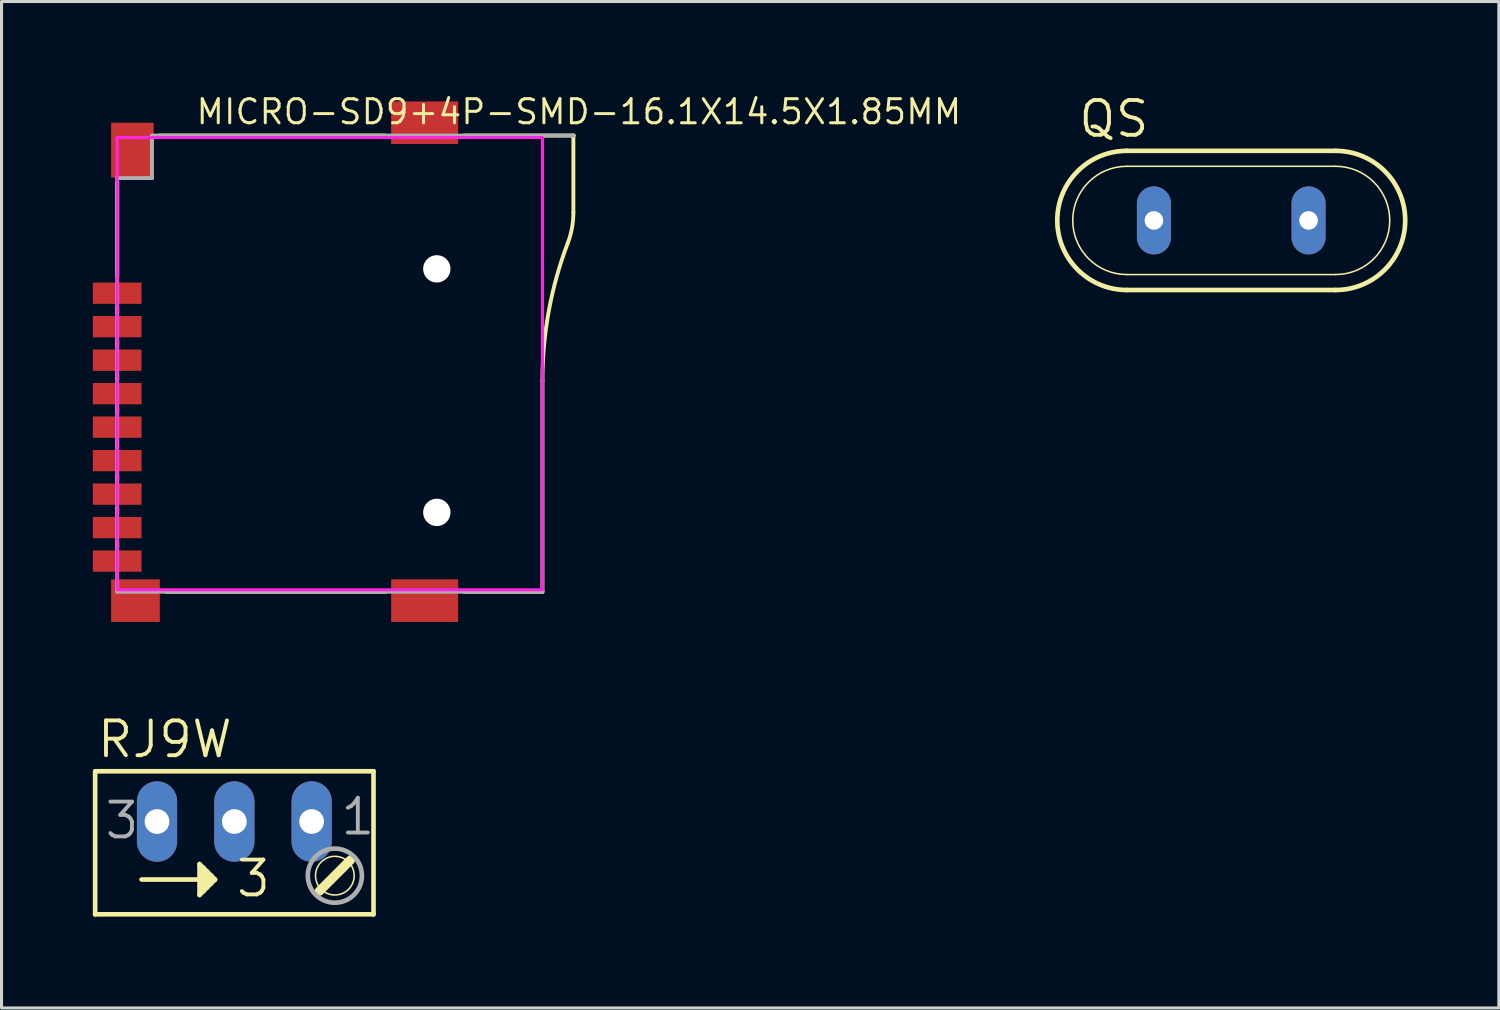
<source format=kicad_pcb>
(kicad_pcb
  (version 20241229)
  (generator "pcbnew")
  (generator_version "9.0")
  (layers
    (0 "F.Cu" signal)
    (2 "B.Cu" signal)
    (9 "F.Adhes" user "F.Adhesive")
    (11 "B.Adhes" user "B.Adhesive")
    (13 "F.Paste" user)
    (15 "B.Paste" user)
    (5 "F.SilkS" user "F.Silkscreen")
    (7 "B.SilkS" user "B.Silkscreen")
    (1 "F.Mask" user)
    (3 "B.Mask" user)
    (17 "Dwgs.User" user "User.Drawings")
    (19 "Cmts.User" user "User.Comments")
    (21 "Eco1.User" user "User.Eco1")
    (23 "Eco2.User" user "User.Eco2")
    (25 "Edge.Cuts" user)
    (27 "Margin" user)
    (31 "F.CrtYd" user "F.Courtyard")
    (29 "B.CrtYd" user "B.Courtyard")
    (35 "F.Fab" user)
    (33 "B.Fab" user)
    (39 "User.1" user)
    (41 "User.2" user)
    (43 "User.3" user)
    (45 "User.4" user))
  (footprint "RJ9W"
    (layer "F.Cu")
    (at 4.648 24.573)
    (property "Reference" "RJ9W" (at -4.572 -2.667 0) (layer "F.SilkS") (effects (font (size 1.143 1.143) (thickness 0.127)) (justify left bottom)))
    (fp_line (start -4.572 2.413) (end -4.572 -2.286) (stroke (width 0.152) (type solid)) (layer "F.SilkS"))
    (fp_line (start -4.572 2.413) (end 4.572 2.413) (stroke (width 0.152) (type solid)) (layer "F.SilkS"))
    (fp_line (start -3.048 1.27) (end -1.016 1.27) (stroke (width 0.152) (type solid)) (layer "F.SilkS"))
    (fp_line (start -1.143 0.762) (end -1.143 1.778) (stroke (width 0.152) (type solid)) (layer "F.SilkS"))
    (fp_line (start -1.143 1.778) (end -1.016 1.651) (stroke (width 0.152) (type solid)) (layer "F.SilkS"))
    (fp_line (start -1.016 0.889) (end -1.143 0.762) (stroke (width 0.152) (type solid)) (layer "F.SilkS"))
    (fp_line (start -1.016 1.27) (end -1.016 0.889) (stroke (width 0.152) (type solid)) (layer "F.SilkS"))
    (fp_line (start -1.016 1.651) (end -1.016 1.27) (stroke (width 0.152) (type solid)) (layer "F.SilkS"))
    (fp_line (start -0.889 1.016) (end -1.016 0.889) (stroke (width 0.152) (type solid)) (layer "F.SilkS"))
    (fp_line (start -0.889 1.524) (end -1.016 1.651) (stroke (width 0.152) (type solid)) (layer "F.SilkS"))
    (fp_line (start -0.889 1.524) (end -0.889 1.016) (stroke (width 0.152) (type solid)) (layer "F.SilkS"))
    (fp_line (start -0.762 1.143) (end -0.889 1.016) (stroke (width 0.152) (type solid)) (layer "F.SilkS"))
    (fp_line (start -0.762 1.397) (end -0.889 1.524) (stroke (width 0.152) (type solid)) (layer "F.SilkS"))
    (fp_line (start -0.762 1.397) (end -0.762 1.143) (stroke (width 0.152) (type solid)) (layer "F.SilkS"))
    (fp_line (start -0.635 1.27) (end -1.016 1.27) (stroke (width 0.152) (type solid)) (layer "F.SilkS"))
    (fp_line (start -0.635 1.27) (end -0.762 1.143) (stroke (width 0.152) (type solid)) (layer "F.SilkS"))
    (fp_line (start -0.635 1.27) (end -0.762 1.397) (stroke (width 0.152) (type solid)) (layer "F.SilkS"))
    (fp_line (start 3.81 0.635) (end 2.794 1.651) (stroke (width 0.305) (type solid)) (layer "F.SilkS"))
    (fp_line (start 4.572 -2.286) (end -4.572 -2.286) (stroke (width 0.152) (type solid)) (layer "F.SilkS"))
    (fp_line (start 4.572 -2.286) (end 4.572 2.413) (stroke (width 0.152) (type solid)) (layer "F.SilkS"))
    (fp_circle (center 3.302 1.143) (end 3.937 1.143) (stroke (width 0.051) (type solid)) (fill no) (layer "F.SilkS"))
    (fp_circle (center 3.302 1.143) (end 4.191 1.143) (stroke (width 0.152) (type solid)) (fill no) (layer "F.Fab"))
    (fp_text user "3" (at 0 1.905 0) (layer "F.SilkS") (effects (font (size 1.143 1.143) (thickness 0.127)) (justify left bottom)))
    (fp_text user "3" (at -4.318 0 0) (layer "F.Fab") (effects (font (size 1.143 1.143) (thickness 0.127)) (justify left bottom)))
    (fp_text user "1" (at 3.429 -0.127 0) (layer "F.Fab") (effects (font (size 1.143 1.143) (thickness 0.127)) (justify left bottom)))
    (pad "A" thru_hole oval (at 2.54 -0.635 90) (size 2.642 1.321) (drill 0.813) (layers "*.Cu" "*.Mask"))
    (pad "E" thru_hole oval (at -2.54 -0.635 90) (size 2.642 1.321) (drill 0.813) (layers "*.Cu" "*.Mask"))
    (pad "S" thru_hole oval (at 0 -0.635 90) (size 2.642 1.321) (drill 0.813) (layers "*.Cu" "*.Mask")))
  (footprint "QS"
    (layer "F.Cu")
    (at 37.397 4.191)
    (property "Reference" "QS" (at -5.08 -2.667 0) (layer "F.SilkS") (effects (font (size 1.143 1.143) (thickness 0.127)) (justify left bottom)))
    (fp_line (start -3.429 1.778) (end 3.429 1.778) (stroke (width 0.051) (type solid)) (layer "F.SilkS"))
    (fp_line (start -3.429 2.286) (end 3.429 2.286) (stroke (width 0.152) (type solid)) (layer "F.SilkS"))
    (fp_line (start 3.429 -2.286) (end -3.429 -2.286) (stroke (width 0.152) (type solid)) (layer "F.SilkS"))
    (fp_line (start 3.429 -1.778) (end -3.429 -1.778) (stroke (width 0.051) (type solid)) (layer "F.SilkS"))
    (fp_arc (start -3.429 1.778) (mid -5.207 0) (end -3.429 -1.778) (stroke (width 0.0508) (type solid)) (layer "F.SilkS"))
    (fp_arc (start -3.429 2.286) (mid -5.715 0) (end -3.429 -2.286) (stroke (width 0.1524) (type solid)) (layer "F.SilkS"))
    (fp_arc (start 3.429 -2.286) (mid 5.715 0) (end 3.429 2.286) (stroke (width 0.1524) (type solid)) (layer "F.SilkS"))
    (fp_arc (start 3.429 -1.778) (mid 5.207 0) (end 3.429 1.778) (stroke (width 0.0508) (type solid)) (layer "F.SilkS"))
    (pad "1" thru_hole oval (at -2.54 0 90) (size 2.235 1.118) (drill 0.61) (layers "*.Cu" "*.Mask"))
    (pad "2" thru_hole oval (at 2.54 0 90) (size 2.235 1.118) (drill 0.61) (layers "*.Cu" "*.Mask")))
  (footprint "MICRO-SD9+4P-SMD-16.1X14.5X1.85MM"
    (layer "F.Cu")
    (at 0.8 8.832)
    (property "Reference" "MICRO-SD9+4P-SMD-16.1X14.5X1.85MM" (at 2.54 -7.747 0) (layer "F.SilkS") (effects (font (size 0.791 0.791) (thickness 0.098)) (justify left bottom)))
    (fp_line (start 0 -5.9) (end 0 -2.8) (stroke (width 0.127) (type solid)) (layer "F.SilkS"))
    (fp_line (start 0 -1.8) (end 0 -1.6) (stroke (width 0.127) (type solid)) (layer "F.SilkS"))
    (fp_line (start 0 -0.7) (end 0 -0.5) (stroke (width 0.127) (type solid)) (layer "F.SilkS"))
    (fp_line (start 0 0.4) (end 0 0.6) (stroke (width 0.127) (type solid)) (layer "F.SilkS"))
    (fp_line (start 0 1.5) (end 0 1.7) (stroke (width 0.127) (type solid)) (layer "F.SilkS"))
    (fp_line (start 0 2.6) (end 0 2.8) (stroke (width 0.127) (type solid)) (layer "F.SilkS"))
    (fp_line (start 0 3.7) (end 0 3.9) (stroke (width 0.127) (type solid)) (layer "F.SilkS"))
    (fp_line (start 0 4.8) (end 0 5) (stroke (width 0.127) (type solid)) (layer "F.SilkS"))
    (fp_line (start 0 5.9) (end 0 6.1) (stroke (width 0.127) (type solid)) (layer "F.SilkS"))
    (fp_line (start 1.6 7.56) (end 8.8 7.56) (stroke (width 0.127) (type solid)) (layer "F.SilkS"))
    (fp_line (start 8.8 -7.43) (end 1.4 -7.43) (stroke (width 0.127) (type solid)) (layer "F.SilkS"))
    (fp_line (start 11.4 7.56) (end 13.97 7.56) (stroke (width 0.127) (type solid)) (layer "F.SilkS"))
    (fp_line (start 13.97 0.623) (end 13.97 7.557) (stroke (width 0.127) (type solid)) (layer "F.SilkS"))
    (fp_line (start 14.986 -7.429) (end 14.986 -4.898) (stroke (width 0.127) (type solid)) (layer "F.SilkS"))
    (fp_line (start 15 -7.43) (end 11.4 -7.43) (stroke (width 0.127) (type solid)) (layer "F.SilkS"))
    (fp_arc (start 13.97 0.6231) (mid 14.179734 -1.675408) (end 14.802 -3.898) (stroke (width 0.127) (type solid)) (layer "F.SilkS"))
    (fp_arc (start 14.986 -4.8979) (mid 14.939621 -4.389555) (end 14.802 -3.898) (stroke (width 0.127) (type solid)) (layer "F.SilkS"))
    (fp_poly (pts (xy 0 7.493) (xy 13.97 7.493) (xy 13.97 -7.366) (xy 0 -7.366)) (stroke (width 0.1) (type default)) (fill no) (layer "F.CrtYd"))
    (fp_line (start 0 -6.032) (end 1.143 -6.032) (stroke (width 0.127) (type solid)) (layer "F.Fab"))
    (fp_line (start 0 7.557) (end 0 -6.032) (stroke (width 0.127) (type solid)) (layer "F.Fab"))
    (fp_line (start 1.143 -7.429) (end 14.986 -7.429) (stroke (width 0.127) (type solid)) (layer "F.Fab"))
    (fp_line (start 1.143 -6.032) (end 1.143 -7.429) (stroke (width 0.127) (type solid)) (layer "F.Fab"))
    (fp_line (start 13.97 7.557) (end 0 7.557) (stroke (width 0.127) (type solid)) (layer "F.Fab"))
    (fp_text user "${REFERENCE}" (at 4.826 -2.159 0) (layer "F.Mask") (effects (font (size 0.229 0.229) (thickness 0.025)) (justify left bottom)))
    (pad "" np_thru_hole circle (at 10.5 -3.05) (size 0.9 0.9) (drill 0.9) (layers "*.Cu" "*.Mask"))
    (pad "" np_thru_hole circle (at 10.5 4.95) (size 0.9 0.9) (drill 0.9) (layers "*.Cu" "*.Mask"))
    (pad "1" smd rect (at 0 -2.25) (size 1.6 0.7) (layers "F.Cu" "F.Mask" "F.Paste"))
    (pad "2" smd rect (at 0 -1.15) (size 1.6 0.7) (layers "F.Cu" "F.Mask" "F.Paste"))
    (pad "3" smd rect (at 0 -0.05) (size 1.6 0.7) (layers "F.Cu" "F.Mask" "F.Paste"))
    (pad "4" smd rect (at 0 1.05) (size 1.6 0.7) (layers "F.Cu" "F.Mask" "F.Paste"))
    (pad "5" smd rect (at 0 2.15) (size 1.6 0.7) (layers "F.Cu" "F.Mask" "F.Paste"))
    (pad "6" smd rect (at 0 3.25) (size 1.6 0.7) (layers "F.Cu" "F.Mask" "F.Paste"))
    (pad "7" smd rect (at 0 4.35) (size 1.6 0.7) (layers "F.Cu" "F.Mask" "F.Paste"))
    (pad "8" smd rect (at 0 5.45) (size 1.6 0.7) (layers "F.Cu" "F.Mask" "F.Paste"))
    (pad "9" smd rect (at 0 6.55) (size 1.6 0.7) (layers "F.Cu" "F.Mask" "F.Paste"))
    (pad "G1" smd rect (at 0.6 7.85) (size 1.6 1.4) (layers "F.Cu" "F.Mask" "F.Paste"))
    (pad "G2" smd rect (at 10.1 7.85) (size 2.2 1.4) (layers "F.Cu" "F.Mask" "F.Paste"))
    (pad "G3" smd rect (at 10.1 -7.85) (size 2.2 1.4) (layers "F.Cu" "F.Mask" "F.Paste"))
    (pad "G4" smd rect (at 0.5 -6.95) (size 1.4 1.8) (layers "F.Cu" "F.Mask" "F.Paste"))
    (zone (net_name "") (layer "F.Cu") (hatch edge 0.5) (connect_pads) (min_thickness 0.25) (filled_areas_thickness no) (keepout (tracks not_allowed) (vias not_allowed) (pads not_allowed) (copperpour not_allowed) (footprints allowed)) (placement (enabled no)) (fill) (polygon (pts (xy 5.2 14.932) (xy 7.2 14.932) (xy 7.2 5.932) (xy 5.2 5.932)))))
  (gr_rect
    (start -3 -3)
    (end 46.188 30.062)
    (stroke (width 0.1) (type default))
    (fill no)
    (layer "Edge.Cuts")))
</source>
